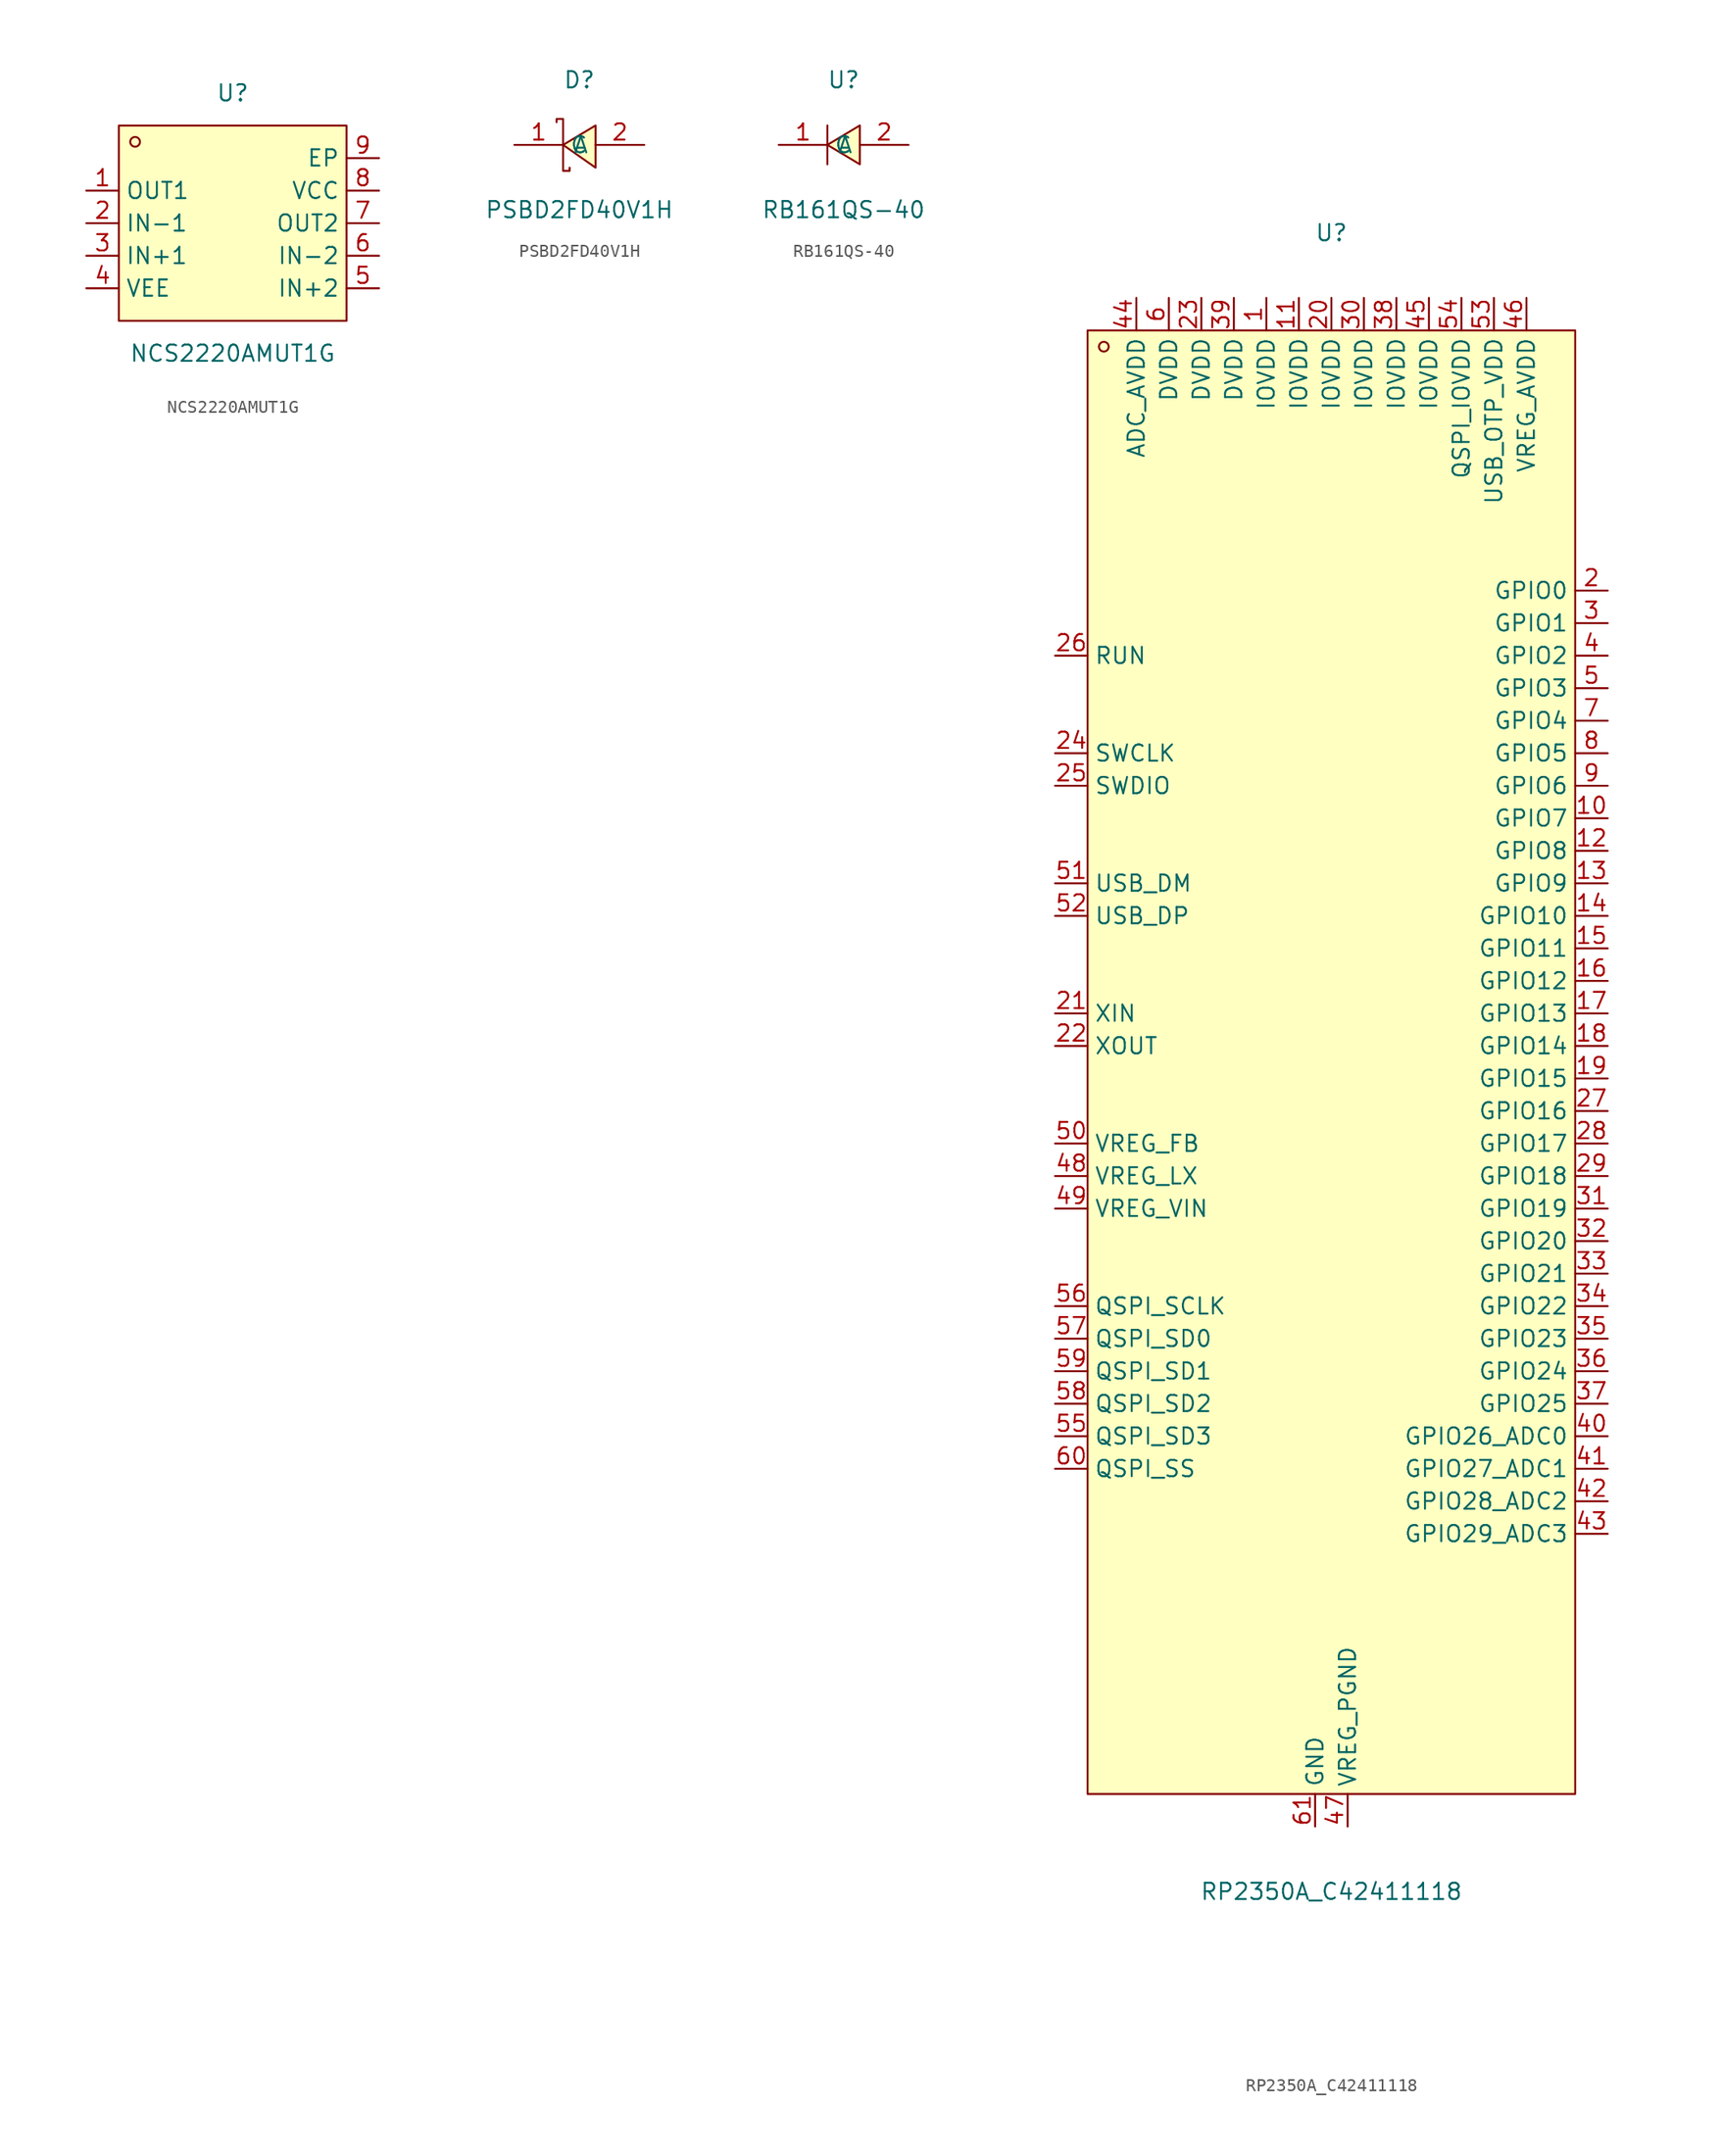
<source format=kicad_sym>
(kicad_symbol_lib
  (version 20231120)
  (generator "kicad_symbol_editor")
  (generator_version "8.0")
  (symbol "NCS2220AMUT1G"
    (property "Reference" "U"
      (at 0 10.16 0)
      (effects (font (size 1.27 1.27))))
    (property "Value" "NCS2220AMUT1G"
      (at 0 -10.16 0)
      (effects (font (size 1.27 1.27))))
    (symbol "NCS2220AMUT1G_0_1"
      (rectangle (start -8.89 7.62) (end 8.89 -7.62) (stroke (width 0) (type default)) (fill (type background)))
      (circle (center -7.62 6.35) (radius 0.38) (stroke (width 0) (type default)) (fill (type none)))
      (pin unspecified line (at -11.43 2.54 0) (length 2.54) (name "OUT1" (effects (font (size 1.27 1.27)))) (number "1" (effects (font (size 1.27 1.27)))))
      (pin unspecified line (at -11.43 0 0) (length 2.54) (name "IN−1" (effects (font (size 1.27 1.27)))) (number "2" (effects (font (size 1.27 1.27)))))
      (pin unspecified line (at -11.43 -2.54 0) (length 2.54) (name "IN+1" (effects (font (size 1.27 1.27)))) (number "3" (effects (font (size 1.27 1.27)))))
      (pin unspecified line (at -11.43 -5.08 0) (length 2.54) (name "VEE" (effects (font (size 1.27 1.27)))) (number "4" (effects (font (size 1.27 1.27)))))
      (pin unspecified line (at 11.43 -5.08 180) (length 2.54) (name "IN+2" (effects (font (size 1.27 1.27)))) (number "5" (effects (font (size 1.27 1.27)))))
      (pin unspecified line (at 11.43 -2.54 180) (length 2.54) (name "IN−2" (effects (font (size 1.27 1.27)))) (number "6" (effects (font (size 1.27 1.27)))))
      (pin unspecified line (at 11.43 0 180) (length 2.54) (name "OUT2" (effects (font (size 1.27 1.27)))) (number "7" (effects (font (size 1.27 1.27)))))
      (pin unspecified line (at 11.43 2.54 180) (length 2.54) (name "VCC" (effects (font (size 1.27 1.27)))) (number "8" (effects (font (size 1.27 1.27)))))
      (pin unspecified line (at 11.43 5.08 180) (length 2.54) (name "EP" (effects (font (size 1.27 1.27)))) (number "9" (effects (font (size 1.27 1.27)))))))
  (symbol "PSBD2FD40V1H"
    (property "Reference" "D"
      (at 0 5.08 0)
      (effects (font (size 1.27 1.27))))
    (property "Value" "PSBD2FD40V1H"
      (at 0 -5.08 0)
      (effects (font (size 1.27 1.27))))
    (symbol "PSBD2FD40V1H_0_1"
      (polyline (pts (xy -1.27 0) (xy -1.27 -2.03) (xy -0.76 -2.03) (xy -0.76 -1.78)) (stroke (width 0) (type default)) (fill (type none)))
      (polyline (pts (xy -1.27 0) (xy -1.27 2.03) (xy -1.78 2.03) (xy -1.78 1.78)) (stroke (width 0) (type default)) (fill (type none)))
      (polyline (pts (xy 1.27 1.52) (xy -1.27 0) (xy 1.27 -1.78) (xy 1.27 1.52)) (stroke (width 0) (type default)) (fill (type background)))
      (pin unspecified line (at -5.08 0 0) (length 3.81) (name "C" (effects (font (size 1.27 1.27)))) (number "1" (effects (font (size 1.27 1.27)))))
      (pin unspecified line (at 5.08 0 180) (length 3.81) (name "A" (effects (font (size 1.27 1.27)))) (number "2" (effects (font (size 1.27 1.27)))))))
  (symbol "RB161QS-40"
    (property "Reference" "U"
      (at 0 5.08 0)
      (effects (font (size 1.27 1.27))))
    (property "Value" "RB161QS-40"
      (at 0 -5.08 0)
      (effects (font (size 1.27 1.27))))
    (symbol "RB161QS-40_0_1"
      (polyline (pts (xy -1.27 -1.52) (xy -1.27 1.52)) (stroke (width 0) (type default)) (fill (type none)))
      (polyline (pts (xy 1.27 1.52) (xy -1.27 0) (xy 1.27 -1.52) (xy 1.27 1.52)) (stroke (width 0) (type default)) (fill (type background)))
      (pin unspecified line (at -5.08 0 0) (length 3.81) (name "C" (effects (font (size 1.27 1.27)))) (number "1" (effects (font (size 1.27 1.27)))))
      (pin unspecified line (at 5.08 0 180) (length 3.81) (name "A" (effects (font (size 1.27 1.27)))) (number "2" (effects (font (size 1.27 1.27)))))))
  (symbol "RP2350A_C42411118"
    (property "Reference" "U"
      (at 0 64.77 0)
      (effects (font (size 1.27 1.27))))
    (property "Value" "RP2350A_C42411118"
      (at 0 -64.77 0)
      (effects (font (size 1.27 1.27))))
    (symbol "RP2350A_C42411118_0_1"
      (rectangle (start -19.05 57.15) (end 19.05 -57.15) (stroke (width 0) (type default)) (fill (type background)))
      (circle (center -17.78 55.88) (radius 0.38) (stroke (width 0) (type default)) (fill (type none)))
      (pin unspecified line (at -5.08 59.69 270) (length 2.54) (name "IOVDD" (effects (font (size 1.27 1.27)))) (number "1" (effects (font (size 1.27 1.27)))))
      (pin unspecified line (at 21.59 19.05 180) (length 2.54) (name "GPIO7" (effects (font (size 1.27 1.27)))) (number "10" (effects (font (size 1.27 1.27)))))
      (pin unspecified line (at -2.54 59.69 270) (length 2.54) (name "IOVDD" (effects (font (size 1.27 1.27)))) (number "11" (effects (font (size 1.27 1.27)))))
      (pin unspecified line (at 21.59 16.51 180) (length 2.54) (name "GPIO8" (effects (font (size 1.27 1.27)))) (number "12" (effects (font (size 1.27 1.27)))))
      (pin unspecified line (at 21.59 13.97 180) (length 2.54) (name "GPIO9" (effects (font (size 1.27 1.27)))) (number "13" (effects (font (size 1.27 1.27)))))
      (pin unspecified line (at 21.59 11.43 180) (length 2.54) (name "GPIO10" (effects (font (size 1.27 1.27)))) (number "14" (effects (font (size 1.27 1.27)))))
      (pin unspecified line (at 21.59 8.89 180) (length 2.54) (name "GPIO11" (effects (font (size 1.27 1.27)))) (number "15" (effects (font (size 1.27 1.27)))))
      (pin unspecified line (at 21.59 6.35 180) (length 2.54) (name "GPIO12" (effects (font (size 1.27 1.27)))) (number "16" (effects (font (size 1.27 1.27)))))
      (pin unspecified line (at 21.59 3.81 180) (length 2.54) (name "GPIO13" (effects (font (size 1.27 1.27)))) (number "17" (effects (font (size 1.27 1.27)))))
      (pin unspecified line (at 21.59 1.27 180) (length 2.54) (name "GPIO14" (effects (font (size 1.27 1.27)))) (number "18" (effects (font (size 1.27 1.27)))))
      (pin unspecified line (at 21.59 -1.27 180) (length 2.54) (name "GPIO15" (effects (font (size 1.27 1.27)))) (number "19" (effects (font (size 1.27 1.27)))))
      (pin unspecified line (at 21.59 36.83 180) (length 2.54) (name "GPIO0" (effects (font (size 1.27 1.27)))) (number "2" (effects (font (size 1.27 1.27)))))
      (pin unspecified line (at 0 59.69 270) (length 2.54) (name "IOVDD" (effects (font (size 1.27 1.27)))) (number "20" (effects (font (size 1.27 1.27)))))
      (pin unspecified line (at -21.59 3.81 0) (length 2.54) (name "XIN" (effects (font (size 1.27 1.27)))) (number "21" (effects (font (size 1.27 1.27)))))
      (pin unspecified line (at -21.59 1.27 0) (length 2.54) (name "XOUT" (effects (font (size 1.27 1.27)))) (number "22" (effects (font (size 1.27 1.27)))))
      (pin unspecified line (at -10.16 59.69 270) (length 2.54) (name "DVDD" (effects (font (size 1.27 1.27)))) (number "23" (effects (font (size 1.27 1.27)))))
      (pin unspecified line (at -21.59 24.13 0) (length 2.54) (name "SWCLK" (effects (font (size 1.27 1.27)))) (number "24" (effects (font (size 1.27 1.27)))))
      (pin unspecified line (at -21.59 21.59 0) (length 2.54) (name "SWDIO" (effects (font (size 1.27 1.27)))) (number "25" (effects (font (size 1.27 1.27)))))
      (pin unspecified line (at -21.59 31.75 0) (length 2.54) (name "RUN" (effects (font (size 1.27 1.27)))) (number "26" (effects (font (size 1.27 1.27)))))
      (pin unspecified line (at 21.59 -3.81 180) (length 2.54) (name "GPIO16" (effects (font (size 1.27 1.27)))) (number "27" (effects (font (size 1.27 1.27)))))
      (pin unspecified line (at 21.59 -6.35 180) (length 2.54) (name "GPIO17" (effects (font (size 1.27 1.27)))) (number "28" (effects (font (size 1.27 1.27)))))
      (pin unspecified line (at 21.59 -8.89 180) (length 2.54) (name "GPIO18" (effects (font (size 1.27 1.27)))) (number "29" (effects (font (size 1.27 1.27)))))
      (pin unspecified line (at 21.59 34.29 180) (length 2.54) (name "GPIO1" (effects (font (size 1.27 1.27)))) (number "3" (effects (font (size 1.27 1.27)))))
      (pin unspecified line (at 2.54 59.69 270) (length 2.54) (name "IOVDD" (effects (font (size 1.27 1.27)))) (number "30" (effects (font (size 1.27 1.27)))))
      (pin unspecified line (at 21.59 -11.43 180) (length 2.54) (name "GPIO19" (effects (font (size 1.27 1.27)))) (number "31" (effects (font (size 1.27 1.27)))))
      (pin unspecified line (at 21.59 -13.97 180) (length 2.54) (name "GPIO20" (effects (font (size 1.27 1.27)))) (number "32" (effects (font (size 1.27 1.27)))))
      (pin unspecified line (at 21.59 -16.51 180) (length 2.54) (name "GPIO21" (effects (font (size 1.27 1.27)))) (number "33" (effects (font (size 1.27 1.27)))))
      (pin unspecified line (at 21.59 -19.05 180) (length 2.54) (name "GPIO22" (effects (font (size 1.27 1.27)))) (number "34" (effects (font (size 1.27 1.27)))))
      (pin unspecified line (at 21.59 -21.59 180) (length 2.54) (name "GPIO23" (effects (font (size 1.27 1.27)))) (number "35" (effects (font (size 1.27 1.27)))))
      (pin unspecified line (at 21.59 -24.13 180) (length 2.54) (name "GPIO24" (effects (font (size 1.27 1.27)))) (number "36" (effects (font (size 1.27 1.27)))))
      (pin unspecified line (at 21.59 -26.67 180) (length 2.54) (name "GPIO25" (effects (font (size 1.27 1.27)))) (number "37" (effects (font (size 1.27 1.27)))))
      (pin unspecified line (at 5.08 59.69 270) (length 2.54) (name "IOVDD" (effects (font (size 1.27 1.27)))) (number "38" (effects (font (size 1.27 1.27)))))
      (pin unspecified line (at -7.62 59.69 270) (length 2.54) (name "DVDD" (effects (font (size 1.27 1.27)))) (number "39" (effects (font (size 1.27 1.27)))))
      (pin unspecified line (at 21.59 31.75 180) (length 2.54) (name "GPIO2" (effects (font (size 1.27 1.27)))) (number "4" (effects (font (size 1.27 1.27)))))
      (pin unspecified line (at 21.59 -29.21 180) (length 2.54) (name "GPIO26_ADC0" (effects (font (size 1.27 1.27)))) (number "40" (effects (font (size 1.27 1.27)))))
      (pin unspecified line (at 21.59 -31.75 180) (length 2.54) (name "GPIO27_ADC1" (effects (font (size 1.27 1.27)))) (number "41" (effects (font (size 1.27 1.27)))))
      (pin unspecified line (at 21.59 -34.29 180) (length 2.54) (name "GPIO28_ADC2" (effects (font (size 1.27 1.27)))) (number "42" (effects (font (size 1.27 1.27)))))
      (pin unspecified line (at 21.59 -36.83 180) (length 2.54) (name "GPIO29_ADC3" (effects (font (size 1.27 1.27)))) (number "43" (effects (font (size 1.27 1.27)))))
      (pin unspecified line (at -15.24 59.69 270) (length 2.54) (name "ADC_AVDD" (effects (font (size 1.27 1.27)))) (number "44" (effects (font (size 1.27 1.27)))))
      (pin unspecified line (at 7.62 59.69 270) (length 2.54) (name "IOVDD" (effects (font (size 1.27 1.27)))) (number "45" (effects (font (size 1.27 1.27)))))
      (pin unspecified line (at 15.24 59.69 270) (length 2.54) (name "VREG_AVDD" (effects (font (size 1.27 1.27)))) (number "46" (effects (font (size 1.27 1.27)))))
      (pin unspecified line (at 1.27 -59.69 90) (length 2.54) (name "VREG_PGND" (effects (font (size 1.27 1.27)))) (number "47" (effects (font (size 1.27 1.27)))))
      (pin unspecified line (at -21.59 -8.89 0) (length 2.54) (name "VREG_LX" (effects (font (size 1.27 1.27)))) (number "48" (effects (font (size 1.27 1.27)))))
      (pin unspecified line (at -21.59 -11.43 0) (length 2.54) (name "VREG_VIN" (effects (font (size 1.27 1.27)))) (number "49" (effects (font (size 1.27 1.27)))))
      (pin unspecified line (at 21.59 29.21 180) (length 2.54) (name "GPIO3" (effects (font (size 1.27 1.27)))) (number "5" (effects (font (size 1.27 1.27)))))
      (pin unspecified line (at -21.59 -6.35 0) (length 2.54) (name "VREG_FB" (effects (font (size 1.27 1.27)))) (number "50" (effects (font (size 1.27 1.27)))))
      (pin unspecified line (at -21.59 13.97 0) (length 2.54) (name "USB_DM" (effects (font (size 1.27 1.27)))) (number "51" (effects (font (size 1.27 1.27)))))
      (pin unspecified line (at -21.59 11.43 0) (length 2.54) (name "USB_DP" (effects (font (size 1.27 1.27)))) (number "52" (effects (font (size 1.27 1.27)))))
      (pin unspecified line (at 12.7 59.69 270) (length 2.54) (name "USB_OTP_VDD" (effects (font (size 1.27 1.27)))) (number "53" (effects (font (size 1.27 1.27)))))
      (pin unspecified line (at 10.16 59.69 270) (length 2.54) (name "QSPI_IOVDD" (effects (font (size 1.27 1.27)))) (number "54" (effects (font (size 1.27 1.27)))))
      (pin unspecified line (at -21.59 -29.21 0) (length 2.54) (name "QSPI_SD3" (effects (font (size 1.27 1.27)))) (number "55" (effects (font (size 1.27 1.27)))))
      (pin unspecified line (at -21.59 -19.05 0) (length 2.54) (name "QSPI_SCLK" (effects (font (size 1.27 1.27)))) (number "56" (effects (font (size 1.27 1.27)))))
      (pin unspecified line (at -21.59 -21.59 0) (length 2.54) (name "QSPI_SD0" (effects (font (size 1.27 1.27)))) (number "57" (effects (font (size 1.27 1.27)))))
      (pin unspecified line (at -21.59 -26.67 0) (length 2.54) (name "QSPI_SD2" (effects (font (size 1.27 1.27)))) (number "58" (effects (font (size 1.27 1.27)))))
      (pin unspecified line (at -21.59 -24.13 0) (length 2.54) (name "QSPI_SD1" (effects (font (size 1.27 1.27)))) (number "59" (effects (font (size 1.27 1.27)))))
      (pin unspecified line (at -12.7 59.69 270) (length 2.54) (name "DVDD" (effects (font (size 1.27 1.27)))) (number "6" (effects (font (size 1.27 1.27)))))
      (pin unspecified line (at -21.59 -31.75 0) (length 2.54) (name "QSPI_SS" (effects (font (size 1.27 1.27)))) (number "60" (effects (font (size 1.27 1.27)))))
      (pin unspecified line (at -1.27 -59.69 90) (length 2.54) (name "GND" (effects (font (size 1.27 1.27)))) (number "61" (effects (font (size 1.27 1.27)))))
      (pin unspecified line (at 21.59 26.67 180) (length 2.54) (name "GPIO4" (effects (font (size 1.27 1.27)))) (number "7" (effects (font (size 1.27 1.27)))))
      (pin unspecified line (at 21.59 24.13 180) (length 2.54) (name "GPIO5" (effects (font (size 1.27 1.27)))) (number "8" (effects (font (size 1.27 1.27)))))
      (pin unspecified line (at 21.59 21.59 180) (length 2.54) (name "GPIO6" (effects (font (size 1.27 1.27)))) (number "9" (effects (font (size 1.27 1.27))))))))
</source>
